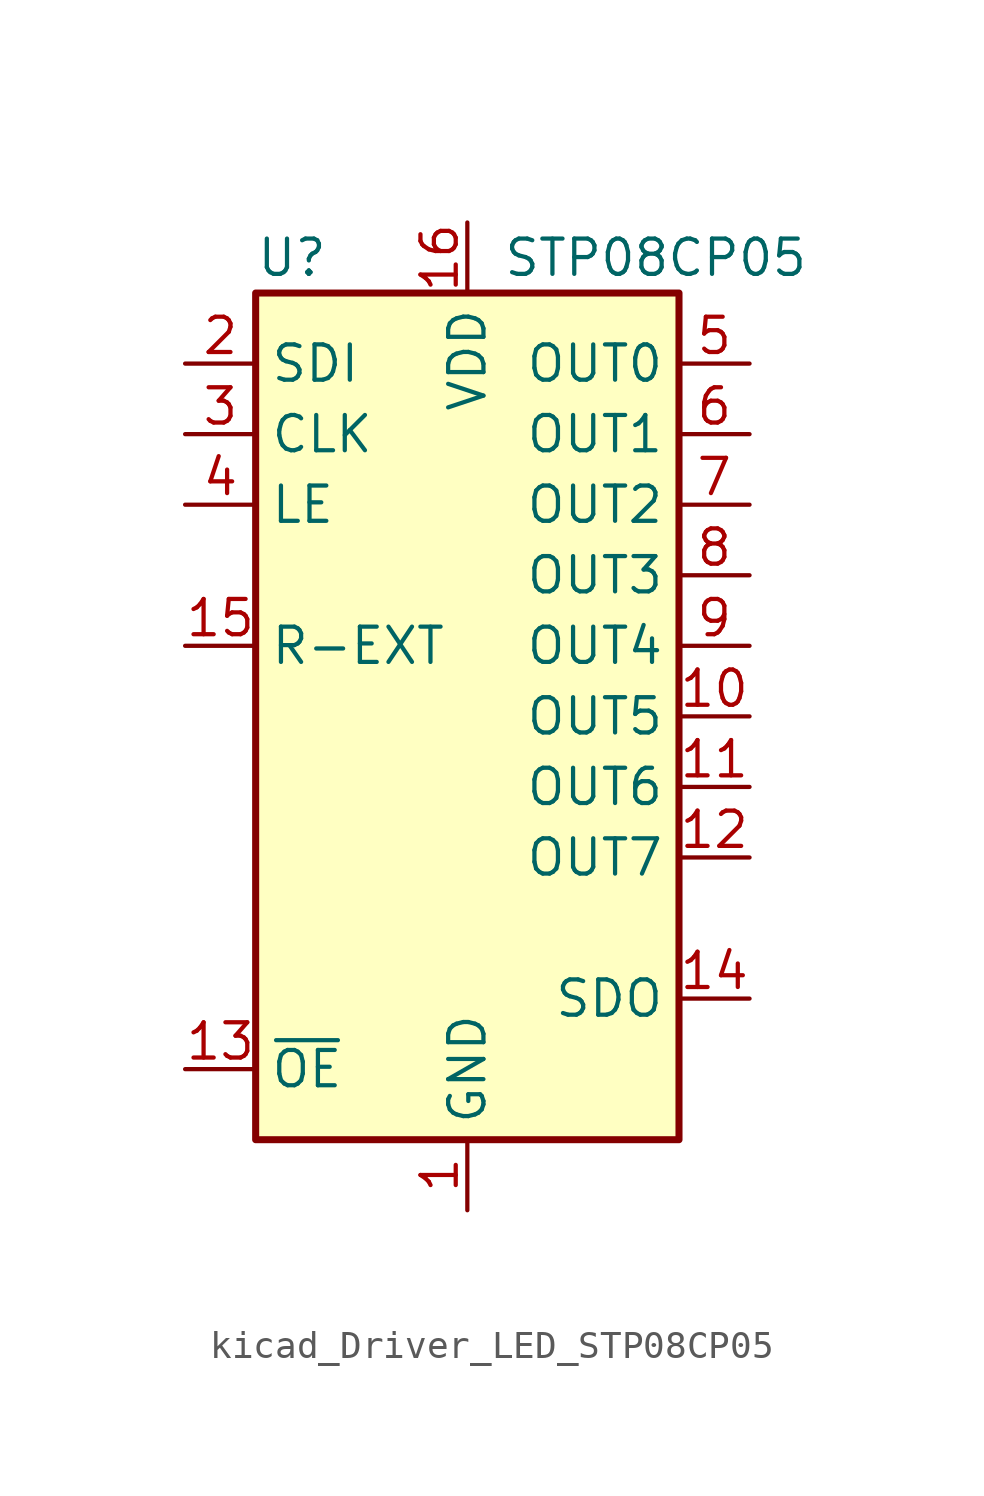
<source format=kicad_sym>
(kicad_symbol_lib
  (version 20220914)
  (generator kicad_symbol_editor)
  (symbol "kicad_Driver_LED_STP08CP05"
    (property "Reference" "U"
      (at -7.62 16.51 0)
      (effects (font (size 1.27 1.27)) (justify left)))
    (property "Value" "STP08CP05"
      (at 1.27 16.51 0)
      (effects (font (size 1.27 1.27)) (justify left)))
    (symbol "kicad_Driver_LED_STP08CP05_0_1"
      (rectangle (start -7.62 15.24) (end 7.62 -15.24) (stroke (width 0.254) (type default)) (fill (type background))))
    (symbol "kicad_Driver_LED_STP08CP05_1_1"
      (pin power_in line (at 0 -17.78 90) (length 2.54) (name "GND" (effects (font (size 1.27 1.27)))) (number "1" (effects (font (size 1.27 1.27)))))
      (pin output line (at 10.16 0 180) (length 2.54) (name "OUT5" (effects (font (size 1.27 1.27)))) (number "10" (effects (font (size 1.27 1.27)))))
      (pin output line (at 10.16 -2.54 180) (length 2.54) (name "OUT6" (effects (font (size 1.27 1.27)))) (number "11" (effects (font (size 1.27 1.27)))))
      (pin output line (at 10.16 -5.08 180) (length 2.54) (name "OUT7" (effects (font (size 1.27 1.27)))) (number "12" (effects (font (size 1.27 1.27)))))
      (pin input line (at -10.16 -12.7 0) (length 2.54) (name "~{OE}" (effects (font (size 1.27 1.27)))) (number "13" (effects (font (size 1.27 1.27)))))
      (pin output line (at 10.16 -10.16 180) (length 2.54) (name "SDO" (effects (font (size 1.27 1.27)))) (number "14" (effects (font (size 1.27 1.27)))))
      (pin passive line (at -10.16 2.54 0) (length 2.54) (name "R-EXT" (effects (font (size 1.27 1.27)))) (number "15" (effects (font (size 1.27 1.27)))))
      (pin power_in line (at 0 17.78 270) (length 2.54) (name "VDD" (effects (font (size 1.27 1.27)))) (number "16" (effects (font (size 1.27 1.27)))))
      (pin input line (at -10.16 12.7 0) (length 2.54) (name "SDI" (effects (font (size 1.27 1.27)))) (number "2" (effects (font (size 1.27 1.27)))))
      (pin input line (at -10.16 10.16 0) (length 2.54) (name "CLK" (effects (font (size 1.27 1.27)))) (number "3" (effects (font (size 1.27 1.27)))))
      (pin input line (at -10.16 7.62 0) (length 2.54) (name "LE" (effects (font (size 1.27 1.27)))) (number "4" (effects (font (size 1.27 1.27)))))
      (pin output line (at 10.16 12.7 180) (length 2.54) (name "OUT0" (effects (font (size 1.27 1.27)))) (number "5" (effects (font (size 1.27 1.27)))))
      (pin output line (at 10.16 10.16 180) (length 2.54) (name "OUT1" (effects (font (size 1.27 1.27)))) (number "6" (effects (font (size 1.27 1.27)))))
      (pin output line (at 10.16 7.62 180) (length 2.54) (name "OUT2" (effects (font (size 1.27 1.27)))) (number "7" (effects (font (size 1.27 1.27)))))
      (pin output line (at 10.16 5.08 180) (length 2.54) (name "OUT3" (effects (font (size 1.27 1.27)))) (number "8" (effects (font (size 1.27 1.27)))))
      (pin output line (at 10.16 2.54 180) (length 2.54) (name "OUT4" (effects (font (size 1.27 1.27)))) (number "9" (effects (font (size 1.27 1.27))))))))
</source>
